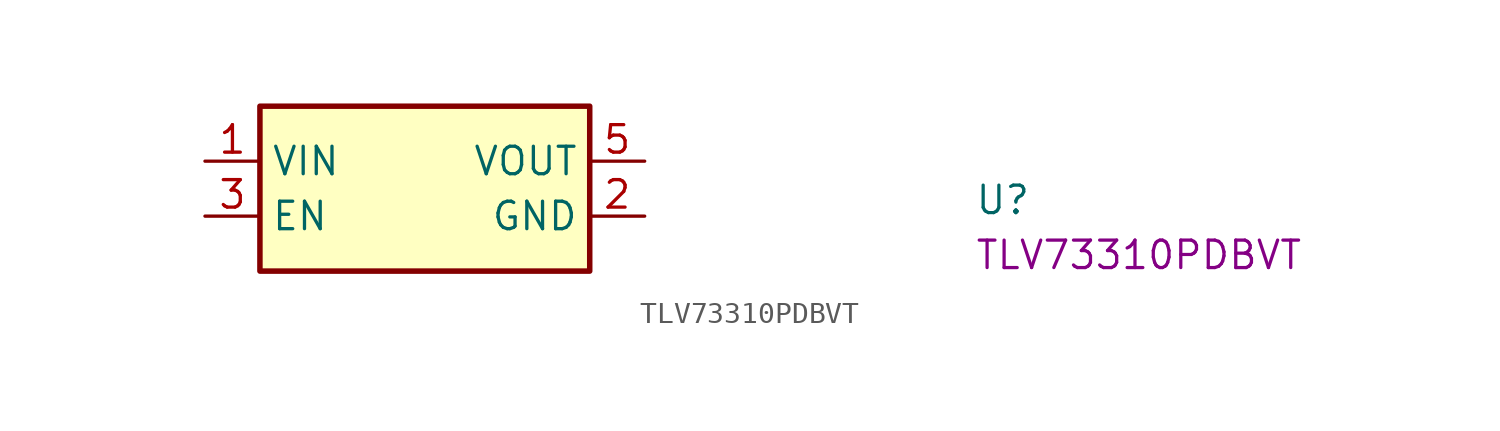
<source format=kicad_sym>
(kicad_symbol_lib
  (version 20220914)
  (generator kicad_symbol_editor)
  (symbol "TLV73310PDBVT"
    (property "Reference" "U"
      (at 35.56 -2.54 0)
      (effects (font (size 1.27 1.27) (thickness 0.15)) (justify left bottom)))
    (property "MPN" "TLV73310PDBVT"
      (at 35.56 -5.08 0)
      (effects (font (size 1.27 1.27) (thickness 0.15)) (justify left bottom)))
    (symbol "TLV73310PDBVT_1_1"
      (rectangle (start 2.54 2.54) (end 17.78 -5.08) (stroke (width 0.254) (type default)) (fill (type background)))
      (pin power_in line (at 0 0 0) (length 2.54) (name "VIN" (effects (font (size 1.27 1.27)))) (number "1" (effects (font (size 1.27 1.27)))))
      (pin power_in line (at 20.32 -2.54 180) (length 2.54) (name "GND" (effects (font (size 1.27 1.27)))) (number "2" (effects (font (size 1.27 1.27)))))
      (pin input line (at 0 -2.54 0) (length 2.54) (name "EN" (effects (font (size 1.27 1.27)))) (number "3" (effects (font (size 1.27 1.27)))))
      (pin no_connect line (at 17.78 -3.81 180) (length 2.54) hide (name "NC" (effects (font (size 1.27 1.27)))) (number "4" (effects (font (size 1.27 1.27)))))
      (pin power_out line (at 20.32 0 180) (length 2.54) (name "VOUT" (effects (font (size 1.27 1.27)))) (number "5" (effects (font (size 1.27 1.27))))))))
</source>
